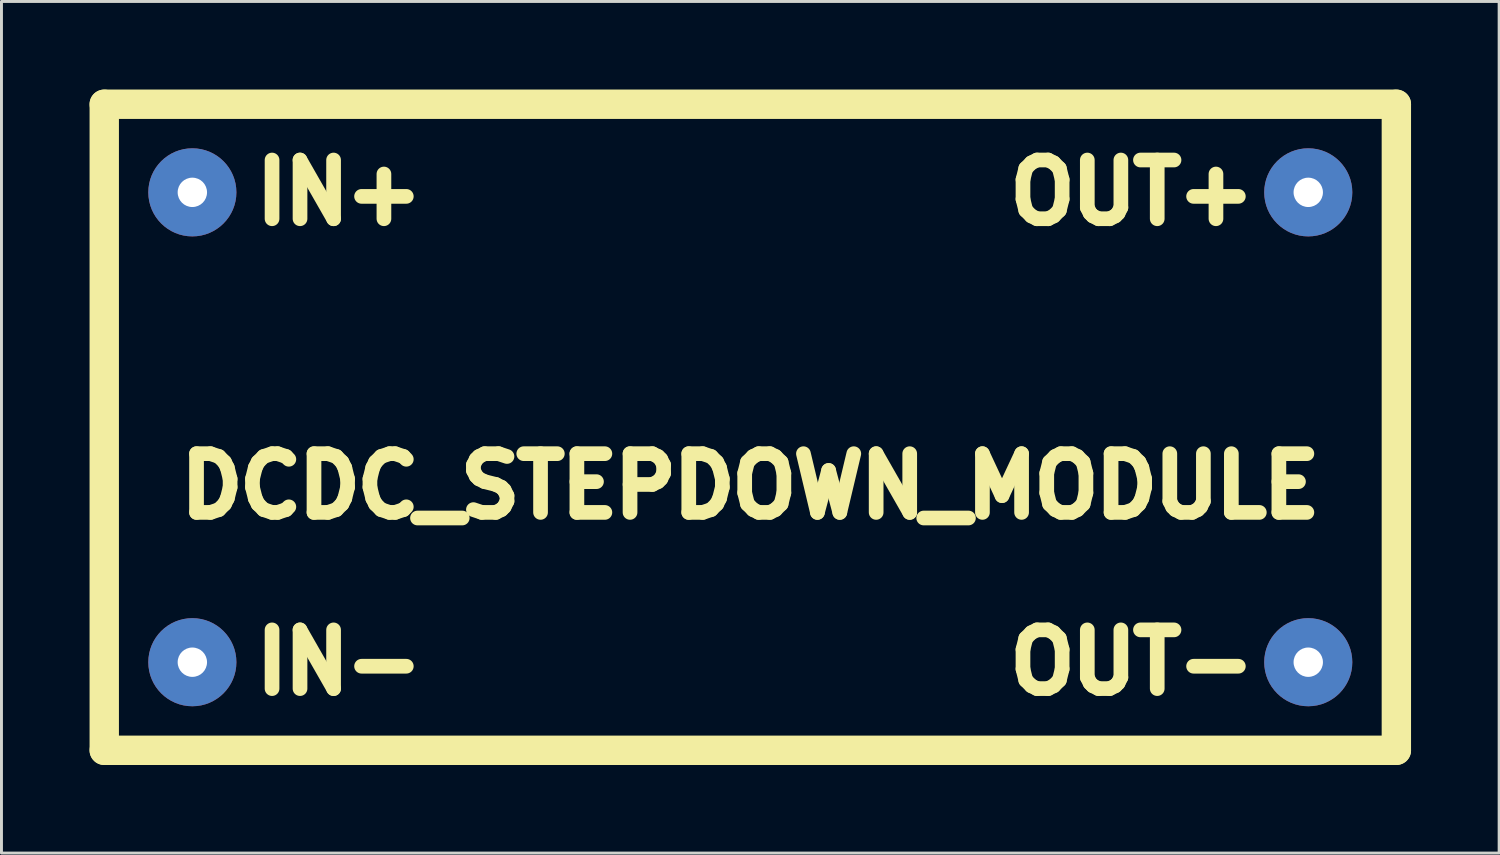
<source format=kicad_pcb>
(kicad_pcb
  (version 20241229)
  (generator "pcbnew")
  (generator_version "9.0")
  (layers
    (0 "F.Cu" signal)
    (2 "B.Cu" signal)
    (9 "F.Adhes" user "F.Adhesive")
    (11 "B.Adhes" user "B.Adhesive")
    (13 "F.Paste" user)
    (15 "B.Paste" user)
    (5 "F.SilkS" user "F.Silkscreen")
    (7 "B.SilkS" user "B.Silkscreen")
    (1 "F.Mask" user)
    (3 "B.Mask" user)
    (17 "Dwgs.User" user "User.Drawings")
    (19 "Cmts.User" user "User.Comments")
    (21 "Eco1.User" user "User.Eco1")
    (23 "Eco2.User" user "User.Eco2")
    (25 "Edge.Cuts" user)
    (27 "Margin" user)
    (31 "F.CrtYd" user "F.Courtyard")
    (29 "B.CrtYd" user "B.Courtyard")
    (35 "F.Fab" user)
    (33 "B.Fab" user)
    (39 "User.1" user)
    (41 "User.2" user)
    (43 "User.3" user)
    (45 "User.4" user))
  (footprint "DCDC_STEPDOWN_MODULE"
    (layer "F.Cu")
    (at 22.5 11.5)
    (property "Reference" "DCDC_STEPDOWN_MODULE" (at 0 2 0) (layer "F.SilkS") (effects (font (size 2 2) (thickness 0.5))))
    (attr through_hole)
    (fp_line (start -22 -11) (end 22 -11) (stroke (width 1) (type solid)) (layer "F.SilkS"))
    (fp_line (start -22 11) (end -22 -11) (stroke (width 1) (type solid)) (layer "F.SilkS"))
    (fp_line (start 22 -11) (end 22 11) (stroke (width 1) (type solid)) (layer "F.SilkS"))
    (fp_line (start 22 11) (end -22 11) (stroke (width 1) (type solid)) (layer "F.SilkS"))
    (fp_text user "IN+" (at -14 -8 0) (layer "F.SilkS") (effects (font (size 2 2) (thickness 0.5))))
    (fp_text user "IN-" (at -14 8 0) (layer "F.SilkS") (effects (font (size 2 2) (thickness 0.5))))
    (fp_text user "OUT+" (at 13 -8 180) (layer "F.SilkS") (effects (font (size 2 2) (thickness 0.5))))
    (fp_text user "OUT-" (at 13 8 180) (layer "F.SilkS") (effects (font (size 2 2) (thickness 0.5))))
    (pad "1" thru_hole circle (at -19 -8) (size 3 3) (drill 1) (layers "*.Cu" "*.Mask"))
    (pad "2" thru_hole circle (at -19 8) (size 3 3) (drill 1) (layers "*.Cu" "*.Mask"))
    (pad "3" thru_hole circle (at 19 8) (size 3 3) (drill 1) (layers "*.Cu" "*.Mask"))
    (pad "4" thru_hole circle (at 19 -8) (size 3 3) (drill 1) (layers "*.Cu" "*.Mask")))
  (gr_rect
    (start -3 -3)
    (end 48 26)
    (stroke (width 0.1) (type default))
    (fill no)
    (layer "Edge.Cuts")))
</source>
